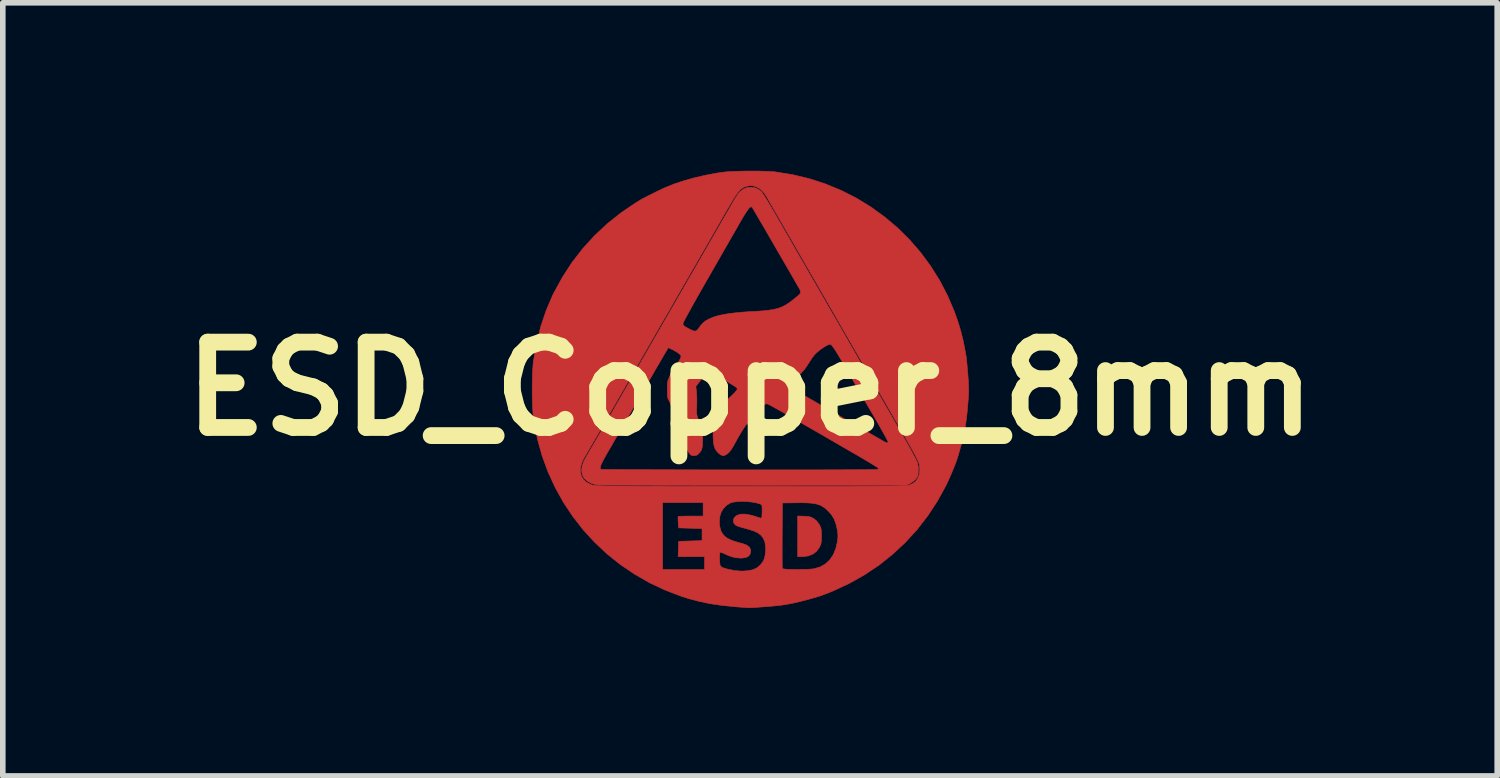
<source format=kicad_pcb>
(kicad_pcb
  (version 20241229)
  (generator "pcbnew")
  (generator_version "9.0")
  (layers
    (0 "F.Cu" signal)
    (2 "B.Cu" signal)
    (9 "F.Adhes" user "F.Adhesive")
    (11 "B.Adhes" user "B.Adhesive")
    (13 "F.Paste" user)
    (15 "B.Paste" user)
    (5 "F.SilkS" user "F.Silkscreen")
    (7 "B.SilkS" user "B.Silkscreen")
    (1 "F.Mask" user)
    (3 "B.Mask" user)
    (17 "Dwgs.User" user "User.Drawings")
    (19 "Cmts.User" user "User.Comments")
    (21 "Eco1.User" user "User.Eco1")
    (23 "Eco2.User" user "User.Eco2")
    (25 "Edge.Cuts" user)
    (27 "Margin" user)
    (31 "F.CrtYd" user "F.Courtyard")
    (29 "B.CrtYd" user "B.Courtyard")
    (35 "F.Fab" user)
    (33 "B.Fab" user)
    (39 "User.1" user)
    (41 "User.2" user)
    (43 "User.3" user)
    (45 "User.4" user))
  (footprint "ESD_Copper_8mm"
    (layer "F.Cu")
    (at 10.349 3.897)
    (property "Reference" "ESD_Copper_8mm" (at 0 0 0) (layer "F.SilkS") (effects (font (size 1.524 1.524) (thickness 0.3))))
    (attr through_hole)
    (fp_poly (pts (xy 0.963 2.275) (xy 1.021 2.279) (xy 1.062 2.284) (xy 1.095 2.295) (xy 1.128 2.312) (xy 1.138 2.318) (xy 1.191 2.36) (xy 1.231 2.414) (xy 1.238 2.426) (xy 1.255 2.459) (xy 1.266 2.488) (xy 1.272 2.52) (xy 1.275 2.562) (xy 1.276 2.621) (xy 1.276 2.629) (xy 1.275 2.692) (xy 1.272 2.736) (xy 1.266 2.77) (xy 1.255 2.8) (xy 1.241 2.828) (xy 1.191 2.899) (xy 1.124 2.951) (xy 1.041 2.984) (xy 0.942 2.997) (xy 0.924 2.997) (xy 0.851 2.997) (xy 0.851 2.271) (xy 0.963 2.275)) (stroke (width 0.01) (type solid)) (fill yes) (layer "F.Cu"))
    (fp_poly (pts (xy 0.128 -3.891) (xy 0.241 -3.888) (xy 0.341 -3.884) (xy 0.424 -3.879) (xy 0.451 -3.876) (xy 0.759 -3.827) (xy 1.06 -3.755) (xy 1.351 -3.66) (xy 1.632 -3.544) (xy 1.903 -3.406) (xy 2.161 -3.248) (xy 2.405 -3.071) (xy 2.636 -2.876) (xy 2.85 -2.664) (xy 3.049 -2.435) (xy 3.229 -2.19) (xy 3.391 -1.931) (xy 3.533 -1.657) (xy 3.654 -1.371) (xy 3.709 -1.215) (xy 3.764 -1.036) (xy 3.809 -0.854) (xy 3.847 -0.66) (xy 3.862 -0.572) (xy 3.866 -0.537) (xy 3.872 -0.482) (xy 3.878 -0.413) (xy 3.885 -0.334) (xy 3.892 -0.251) (xy 3.892 -0.25) (xy 3.9 -0.144) (xy 3.904 -0.056) (xy 3.906 0.021) (xy 3.904 0.095) (xy 3.899 0.172) (xy 3.899 0.175) (xy 3.888 0.31) (xy 3.878 0.425) (xy 3.866 0.525) (xy 3.854 0.617) (xy 3.839 0.705) (xy 3.828 0.763) (xy 3.816 0.824) (xy 3.803 0.882) (xy 3.788 0.941) (xy 3.771 1.008) (xy 3.748 1.087) (xy 3.721 1.182) (xy 3.706 1.232) (xy 3.689 1.283) (xy 3.663 1.352) (xy 3.631 1.432) (xy 3.596 1.516) (xy 3.559 1.6) (xy 3.524 1.677) (xy 3.502 1.724) (xy 3.349 2.002) (xy 3.177 2.265) (xy 2.986 2.512) (xy 2.777 2.741) (xy 2.55 2.953) (xy 2.307 3.147) (xy 2.047 3.321) (xy 1.772 3.476) (xy 1.483 3.61) (xy 1.396 3.646) (xy 1.339 3.667) (xy 1.287 3.687) (xy 1.246 3.701) (xy 1.231 3.706) (xy 1.055 3.757) (xy 0.899 3.798) (xy 0.758 3.83) (xy 0.628 3.854) (xy 0.546 3.866) (xy 0.506 3.871) (xy 0.448 3.876) (xy 0.378 3.883) (xy 0.301 3.889) (xy 0.223 3.895) (xy 0.146 3.901) (xy 0.078 3.905) (xy 0.023 3.908) (xy -0.015 3.91) (xy -0.025 3.91) (xy -0.053 3.908) (xy -0.101 3.905) (xy -0.163 3.9) (xy -0.233 3.895) (xy -0.276 3.891) (xy -0.505 3.868) (xy -0.716 3.837) (xy -0.916 3.795) (xy -1.11 3.743) (xy -1.226 3.706) (xy -1.519 3.594) (xy -1.801 3.461) (xy -2.068 3.307) (xy -2.321 3.135) (xy -2.558 2.945) (xy -2.779 2.737) (xy -2.983 2.514) (xy -3.168 2.276) (xy -3.33 2.032) (xy -1.562 2.032) (xy -1.562 3.226) (xy -0.813 3.226) (xy -0.813 2.997) (xy -1.284 2.997) (xy -1.276 2.724) (xy -0.857 2.711) (xy -0.857 2.496) (xy -1.276 2.483) (xy -1.283 2.383) (xy -1.284 2.362) (xy -0.548 2.362) (xy -0.543 2.449) (xy -0.523 2.527) (xy -0.513 2.551) (xy -0.485 2.597) (xy -0.451 2.635) (xy -0.405 2.668) (xy -0.346 2.698) (xy -0.27 2.726) (xy -0.173 2.754) (xy -0.118 2.769) (xy -0.058 2.792) (xy -0.014 2.826) (xy 0.01 2.868) (xy 0.013 2.891) (xy 0.004 2.946) (xy -0.023 2.986) (xy -0.07 3.011) (xy -0.137 3.022) (xy -0.165 3.023) (xy -0.25 3.017) (xy -0.332 2.998) (xy -0.418 2.964) (xy -0.443 2.952) (xy -0.485 2.933) (xy -0.518 2.922) (xy -0.536 2.92) (xy -0.537 2.92) (xy -0.541 2.936) (xy -0.543 2.972) (xy -0.544 3.02) (xy -0.543 3.049) (xy -0.541 3.106) (xy -0.536 3.145) (xy -0.524 3.17) (xy -0.5 3.188) (xy -0.461 3.203) (xy -0.402 3.22) (xy -0.399 3.22) (xy -0.271 3.247) (xy -0.145 3.256) (xy -0.027 3.248) (xy 0.057 3.229) (xy 0.127 3.195) (xy 0.189 3.142) (xy 0.237 3.076) (xy 0.259 3.023) (xy 0.273 2.955) (xy 0.279 2.878) (xy 0.278 2.847) (xy 0.574 2.847) (xy 0.574 2.948) (xy 0.574 3.037) (xy 0.575 3.11) (xy 0.575 3.165) (xy 0.576 3.199) (xy 0.577 3.21) (xy 0.592 3.215) (xy 0.627 3.22) (xy 0.678 3.223) (xy 0.742 3.225) (xy 0.814 3.226) (xy 0.889 3.226) (xy 0.963 3.225) (xy 1.032 3.223) (xy 1.09 3.219) (xy 1.135 3.215) (xy 1.144 3.213) (xy 1.253 3.181) (xy 1.346 3.128) (xy 1.424 3.056) (xy 1.486 2.965) (xy 1.532 2.855) (xy 1.556 2.752) (xy 1.566 2.691) (xy 1.57 2.645) (xy 1.57 2.604) (xy 1.565 2.557) (xy 1.558 2.514) (xy 1.535 2.412) (xy 1.504 2.329) (xy 1.461 2.256) (xy 1.403 2.189) (xy 1.398 2.184) (xy 1.35 2.139) (xy 1.301 2.104) (xy 1.248 2.076) (xy 1.188 2.057) (xy 1.117 2.044) (xy 1.031 2.037) (xy 0.926 2.034) (xy 0.819 2.035) (xy 0.578 2.038) (xy 0.575 2.616) (xy 0.574 2.735) (xy 0.574 2.847) (xy 0.278 2.847) (xy 0.276 2.803) (xy 0.266 2.737) (xy 0.258 2.715) (xy 0.231 2.659) (xy 0.193 2.613) (xy 0.142 2.574) (xy 0.074 2.541) (xy -0.014 2.512) (xy -0.079 2.494) (xy -0.139 2.478) (xy -0.193 2.462) (xy -0.234 2.447) (xy -0.252 2.438) (xy -0.286 2.405) (xy -0.299 2.364) (xy -0.292 2.322) (xy -0.265 2.283) (xy -0.229 2.257) (xy -0.162 2.238) (xy -0.08 2.238) (xy 0.02 2.257) (xy 0.076 2.273) (xy 0.128 2.29) (xy 0.17 2.303) (xy 0.197 2.31) (xy 0.204 2.311) (xy 0.209 2.3) (xy 0.213 2.268) (xy 0.215 2.222) (xy 0.216 2.19) (xy 0.216 2.134) (xy 0.214 2.098) (xy 0.21 2.077) (xy 0.201 2.066) (xy 0.187 2.058) (xy 0.181 2.056) (xy 0.113 2.036) (xy 0.031 2.022) (xy -0.057 2.013) (xy -0.147 2.01) (xy -0.231 2.014) (xy -0.303 2.024) (xy -0.349 2.037) (xy -0.42 2.08) (xy -0.48 2.143) (xy -0.516 2.203) (xy -0.539 2.277) (xy -0.548 2.362) (xy -1.284 2.362) (xy -1.285 2.336) (xy -1.286 2.299) (xy -1.284 2.28) (xy -1.284 2.279) (xy -1.27 2.277) (xy -1.235 2.275) (xy -1.183 2.274) (xy -1.118 2.273) (xy -1.058 2.273) (xy -0.838 2.273) (xy -0.838 2.032) (xy -1.562 2.032) (xy -3.33 2.032) (xy -3.335 2.024) (xy -3.482 1.759) (xy -3.609 1.483) (xy -3.612 1.474) (xy -3.031 1.474) (xy -3.015 1.551) (xy -2.977 1.617) (xy -2.919 1.671) (xy -2.841 1.709) (xy -2.83 1.713) (xy -2.82 1.716) (xy -2.81 1.719) (xy -2.798 1.721) (xy -2.784 1.723) (xy -2.766 1.725) (xy -2.743 1.727) (xy -2.715 1.729) (xy -2.679 1.73) (xy -2.636 1.732) (xy -2.584 1.733) (xy -2.522 1.734) (xy -2.449 1.735) (xy -2.365 1.736) (xy -2.267 1.736) (xy -2.155 1.737) (xy -2.029 1.737) (xy -1.886 1.738) (xy -1.727 1.738) (xy -1.549 1.738) (xy -1.353 1.739) (xy -1.136 1.739) (xy -0.898 1.739) (xy -0.638 1.739) (xy -0.355 1.739) (xy -0.048 1.739) (xy 0.015 1.739) (xy 0.33 1.739) (xy 0.62 1.739) (xy 0.886 1.739) (xy 1.13 1.739) (xy 1.353 1.739) (xy 1.555 1.739) (xy 1.738 1.739) (xy 1.902 1.738) (xy 2.049 1.738) (xy 2.18 1.737) (xy 2.295 1.737) (xy 2.396 1.736) (xy 2.484 1.735) (xy 2.559 1.734) (xy 2.622 1.733) (xy 2.675 1.732) (xy 2.719 1.731) (xy 2.755 1.729) (xy 2.783 1.728) (xy 2.804 1.726) (xy 2.82 1.724) (xy 2.832 1.722) (xy 2.84 1.72) (xy 2.91 1.689) (xy 2.96 1.649) (xy 2.996 1.6) (xy 3.024 1.526) (xy 3.032 1.44) (xy 3.023 1.352) (xy 3.019 1.337) (xy 3.014 1.32) (xy 3.006 1.3) (xy 2.995 1.276) (xy 2.98 1.245) (xy 2.961 1.207) (xy 2.936 1.16) (xy 2.905 1.103) (xy 2.867 1.035) (xy 2.821 0.954) (xy 2.767 0.858) (xy 2.704 0.748) (xy 2.63 0.62) (xy 2.546 0.474) (xy 2.451 0.309) (xy 2.372 0.171) (xy 2.286 0.023) (xy 2.19 -0.144) (xy 2.085 -0.327) (xy 1.972 -0.522) (xy 1.854 -0.727) (xy 1.732 -0.938) (xy 1.608 -1.153) (xy 1.53 -1.289) (xy 1.466 -1.401) (xy 1.391 -1.531) (xy 1.307 -1.676) (xy 1.217 -1.834) (xy 1.121 -1.999) (xy 1.023 -2.169) (xy 0.924 -2.341) (xy 0.826 -2.511) (xy 0.732 -2.675) (xy 0.642 -2.83) (xy 0.568 -2.959) (xy 0.522 -3.039) (xy 0.478 -3.115) (xy 0.439 -3.182) (xy 0.407 -3.237) (xy 0.384 -3.277) (xy 0.373 -3.296) (xy 0.351 -3.335) (xy 0.323 -3.384) (xy 0.302 -3.422) (xy 0.244 -3.51) (xy 0.181 -3.572) (xy 0.11 -3.61) (xy 0.107 -3.611) (xy 0.048 -3.628) (xy -0.003 -3.63) (xy -0.057 -3.619) (xy -0.08 -3.612) (xy -0.112 -3.6) (xy -0.141 -3.583) (xy -0.17 -3.561) (xy -0.199 -3.531) (xy -0.232 -3.49) (xy -0.269 -3.436) (xy -0.312 -3.367) (xy -0.363 -3.28) (xy -0.425 -3.174) (xy -0.435 -3.156) (xy -0.53 -2.991) (xy -0.613 -2.845) (xy -0.688 -2.715) (xy -0.754 -2.599) (xy -0.815 -2.494) (xy -0.871 -2.397) (xy -0.924 -2.304) (xy -0.976 -2.214) (xy -1.023 -2.134) (xy -1.055 -2.078) (xy -1.098 -2.002) (xy -1.152 -1.909) (xy -1.216 -1.799) (xy -1.287 -1.675) (xy -1.366 -1.538) (xy -1.45 -1.391) (xy -1.54 -1.236) (xy -1.633 -1.075) (xy -1.728 -0.909) (xy -1.825 -0.741) (xy -1.922 -0.572) (xy -2.019 -0.404) (xy -2.113 -0.24) (xy -2.205 -0.081) (xy -2.292 0.071) (xy -2.374 0.213) (xy -2.449 0.344) (xy -2.517 0.462) (xy -2.576 0.565) (xy -2.626 0.651) (xy -2.638 0.673) (xy -2.693 0.768) (xy -2.746 0.86) (xy -2.795 0.945) (xy -2.84 1.021) (xy -2.876 1.084) (xy -2.904 1.13) (xy -2.916 1.151) (xy -2.946 1.202) (xy -2.974 1.253) (xy -2.994 1.293) (xy -2.996 1.298) (xy -3.025 1.389) (xy -3.031 1.474) (xy -3.612 1.474) (xy -3.714 1.196) (xy -3.797 0.899) (xy -3.856 0.594) (xy -3.876 0.451) (xy -3.882 0.376) (xy -3.887 0.282) (xy -3.89 0.174) (xy -3.891 0.058) (xy -3.891 -0.062) (xy -3.889 -0.18) (xy -3.885 -0.291) (xy -3.879 -0.389) (xy -3.873 -0.469) (xy -3.869 -0.495) (xy -3.814 -0.811) (xy -3.739 -1.112) (xy -3.642 -1.4) (xy -3.525 -1.674) (xy -3.506 -1.712) (xy -3.353 -1.992) (xy -3.181 -2.257) (xy -2.989 -2.505) (xy -2.778 -2.737) (xy -2.548 -2.952) (xy -2.3 -3.149) (xy -2.034 -3.329) (xy -1.975 -3.365) (xy -1.934 -3.388) (xy -1.876 -3.419) (xy -1.806 -3.455) (xy -1.73 -3.493) (xy -1.654 -3.531) (xy -1.583 -3.565) (xy -1.524 -3.592) (xy -1.518 -3.595) (xy -1.361 -3.658) (xy -1.185 -3.717) (xy -0.996 -3.77) (xy -0.798 -3.816) (xy -0.598 -3.854) (xy -0.495 -3.869) (xy -0.424 -3.877) (xy -0.332 -3.883) (xy -0.226 -3.887) (xy -0.11 -3.89) (xy 0.01 -3.891) (xy 0.128 -3.891)) (stroke (width 0.01) (type solid)) (fill yes) (layer "F.Cu"))
    (fp_poly (pts (xy 0.1 -3.59) (xy 0.167 -3.555) (xy 0.215 -3.51) (xy 0.231 -3.487) (xy 0.258 -3.445) (xy 0.293 -3.388) (xy 0.336 -3.317) (xy 0.384 -3.235) (xy 0.436 -3.147) (xy 0.475 -3.08) (xy 0.539 -2.968) (xy 0.612 -2.841) (xy 0.69 -2.706) (xy 0.768 -2.57) (xy 0.843 -2.439) (xy 0.911 -2.322) (xy 0.921 -2.305) (xy 0.986 -2.192) (xy 1.058 -2.066) (xy 1.134 -1.934) (xy 1.21 -1.803) (xy 1.281 -1.679) (xy 1.345 -1.569) (xy 1.356 -1.549) (xy 1.418 -1.442) (xy 1.488 -1.32) (xy 1.564 -1.189) (xy 1.64 -1.057) (xy 1.713 -0.93) (xy 1.779 -0.814) (xy 1.788 -0.8) (xy 1.853 -0.687) (xy 1.926 -0.559) (xy 2.005 -0.423) (xy 2.084 -0.286) (xy 2.16 -0.154) (xy 2.228 -0.035) (xy 2.241 -0.013) (xy 2.306 0.099) (xy 2.379 0.226) (xy 2.457 0.363) (xy 2.538 0.502) (xy 2.616 0.638) (xy 2.688 0.764) (xy 2.721 0.82) (xy 2.777 0.918) (xy 2.83 1.012) (xy 2.878 1.098) (xy 2.919 1.175) (xy 2.953 1.238) (xy 2.977 1.286) (xy 2.99 1.315) (xy 2.991 1.318) (xy 3.007 1.395) (xy 3.008 1.472) (xy 3.003 1.524) (xy 2.995 1.56) (xy 2.979 1.589) (xy 2.965 1.607) (xy 2.931 1.641) (xy 2.886 1.674) (xy 2.864 1.687) (xy 2.8 1.721) (xy 0.057 1.723) (xy -0.206 1.723) (xy -0.462 1.723) (xy -0.712 1.723) (xy -0.952 1.723) (xy -1.183 1.722) (xy -1.402 1.722) (xy -1.609 1.722) (xy -1.803 1.721) (xy -1.982 1.721) (xy -2.145 1.72) (xy -2.292 1.719) (xy -2.42 1.719) (xy -2.528 1.718) (xy -2.616 1.717) (xy -2.683 1.716) (xy -2.726 1.715) (xy -2.745 1.714) (xy -2.745 1.714) (xy -2.822 1.693) (xy -2.893 1.657) (xy -2.95 1.611) (xy -2.963 1.597) (xy -2.997 1.536) (xy -3.009 1.463) (xy -3.005 1.419) (xy -2.676 1.419) (xy -2.668 1.435) (xy -2.665 1.436) (xy -2.651 1.438) (xy -2.613 1.439) (xy -2.552 1.44) (xy -2.471 1.44) (xy -2.37 1.441) (xy -2.252 1.442) (xy -2.116 1.443) (xy -1.966 1.444) (xy -1.803 1.444) (xy -1.627 1.445) (xy -1.442 1.445) (xy -1.247 1.446) (xy -1.045 1.446) (xy -0.836 1.447) (xy -0.624 1.447) (xy -0.408 1.447) (xy -0.191 1.447) (xy 0.026 1.447) (xy 0.241 1.447) (xy 0.454 1.447) (xy 0.662 1.447) (xy 0.863 1.447) (xy 1.058 1.447) (xy 1.243 1.447) (xy 1.418 1.446) (xy 1.581 1.446) (xy 1.73 1.445) (xy 1.864 1.445) (xy 1.982 1.444) (xy 2.082 1.443) (xy 2.162 1.442) (xy 2.221 1.442) (xy 2.258 1.441) (xy 2.271 1.44) (xy 2.291 1.429) (xy 2.295 1.418) (xy 2.283 1.408) (xy 2.252 1.388) (xy 2.204 1.358) (xy 2.14 1.319) (xy 2.065 1.274) (xy 1.98 1.224) (xy 1.887 1.169) (xy 1.872 1.161) (xy 1.657 1.037) (xy 1.463 0.924) (xy 1.289 0.823) (xy 1.133 0.733) (xy 0.995 0.654) (xy 0.874 0.584) (xy 0.768 0.522) (xy 0.676 0.47) (xy 0.598 0.425) (xy 0.531 0.387) (xy 0.476 0.356) (xy 0.431 0.331) (xy 0.394 0.311) (xy 0.366 0.295) (xy 0.344 0.284) (xy 0.328 0.276) (xy 0.316 0.271) (xy 0.307 0.268) (xy 0.301 0.267) (xy 0.297 0.267) (xy 0.297 0.267) (xy 0.261 0.277) (xy 0.216 0.308) (xy 0.162 0.356) (xy 0.102 0.419) (xy 0.039 0.495) (xy -0.027 0.581) (xy -0.093 0.674) (xy -0.157 0.773) (xy -0.217 0.875) (xy -0.235 0.908) (xy -0.266 0.965) (xy -0.288 1.005) (xy -0.304 1.034) (xy -0.318 1.056) (xy -0.332 1.078) (xy -0.343 1.094) (xy -0.378 1.136) (xy -0.418 1.17) (xy -0.458 1.19) (xy -0.477 1.194) (xy -0.515 1.183) (xy -0.556 1.155) (xy -0.595 1.115) (xy -0.624 1.07) (xy -0.643 1.014) (xy -0.655 0.939) (xy -0.66 0.851) (xy -0.658 0.755) (xy -0.651 0.658) (xy -0.637 0.565) (xy -0.617 0.482) (xy -0.601 0.437) (xy -0.587 0.405) (xy -0.571 0.375) (xy -0.55 0.345) (xy -0.522 0.311) (xy -0.484 0.27) (xy -0.433 0.221) (xy -0.368 0.159) (xy -0.319 0.113) (xy -0.279 0.073) (xy -0.249 0.038) (xy -0.231 0.013) (xy -0.229 0.005) (xy -0.229 -0.004) (xy -0.232 -0.012) (xy -0.241 -0.021) (xy -0.256 -0.034) (xy -0.282 -0.052) (xy -0.308 -0.068) (xy 0.677 -0.068) (xy 0.677 -0.058) (xy 0.692 -0.043) (xy 0.722 -0.021) (xy 0.752 -0.005) (xy 0.798 0.019) (xy 0.843 0.045) (xy 0.863 0.057) (xy 0.885 0.07) (xy 0.925 0.094) (xy 0.982 0.127) (xy 1.052 0.167) (xy 1.133 0.214) (xy 1.221 0.265) (xy 1.295 0.307) (xy 1.422 0.38) (xy 1.551 0.455) (xy 1.68 0.529) (xy 1.806 0.601) (xy 1.926 0.671) (xy 2.038 0.735) (xy 2.139 0.794) (xy 2.226 0.844) (xy 2.297 0.885) (xy 2.348 0.915) (xy 2.349 0.916) (xy 2.4 0.944) (xy 2.434 0.96) (xy 2.455 0.964) (xy 2.467 0.957) (xy 2.469 0.954) (xy 2.465 0.941) (xy 2.448 0.908) (xy 2.422 0.858) (xy 2.386 0.794) (xy 2.343 0.717) (xy 2.294 0.63) (xy 2.239 0.535) (xy 2.215 0.494) (xy 2.155 0.391) (xy 2.097 0.292) (xy 2.043 0.198) (xy 1.994 0.113) (xy 1.951 0.04) (xy 1.918 -0.017) (xy 1.895 -0.057) (xy 1.891 -0.064) (xy 1.805 -0.214) (xy 1.73 -0.343) (xy 1.666 -0.454) (xy 1.611 -0.546) (xy 1.566 -0.621) (xy 1.529 -0.681) (xy 1.498 -0.727) (xy 1.475 -0.76) (xy 1.457 -0.782) (xy 1.443 -0.794) (xy 1.435 -0.797) (xy 1.403 -0.791) (xy 1.355 -0.767) (xy 1.314 -0.742) (xy 1.242 -0.691) (xy 1.186 -0.644) (xy 1.141 -0.596) (xy 1.1 -0.541) (xy 1.096 -0.533) (xy 1.062 -0.482) (xy 1.026 -0.426) (xy 1.006 -0.395) (xy 0.978 -0.356) (xy 0.941 -0.312) (xy 0.898 -0.266) (xy 0.855 -0.223) (xy 0.815 -0.187) (xy 0.783 -0.162) (xy 0.762 -0.152) (xy 0.762 -0.152) (xy 0.738 -0.143) (xy 0.712 -0.121) (xy 0.689 -0.094) (xy 0.677 -0.068) (xy -0.308 -0.068) (xy -0.32 -0.076) (xy -0.372 -0.108) (xy -0.442 -0.151) (xy -0.517 -0.196) (xy -0.583 -0.234) (xy -0.642 -0.268) (xy -0.692 -0.294) (xy -0.727 -0.31) (xy -0.745 -0.315) (xy -0.745 -0.315) (xy -0.765 -0.303) (xy -0.791 -0.276) (xy -0.806 -0.257) (xy -0.834 -0.22) (xy -0.869 -0.172) (xy -0.905 -0.125) (xy -0.906 -0.124) (xy -0.968 -0.044) (xy -0.958 0.038) (xy -0.952 0.111) (xy -0.95 0.194) (xy -0.951 0.293) (xy -0.954 0.375) (xy -0.955 0.416) (xy -0.952 0.451) (xy -0.944 0.487) (xy -0.929 0.53) (xy -0.905 0.589) (xy -0.902 0.597) (xy -0.878 0.656) (xy -0.862 0.701) (xy -0.852 0.739) (xy -0.847 0.78) (xy -0.846 0.831) (xy -0.845 0.87) (xy -0.846 0.952) (xy -0.85 1.014) (xy -0.858 1.06) (xy -0.871 1.097) (xy -0.89 1.127) (xy -0.907 1.147) (xy -0.938 1.177) (xy -0.966 1.19) (xy -1.001 1.194) (xy -1.039 1.19) (xy -1.065 1.175) (xy -1.083 1.153) (xy -1.105 1.119) (xy -1.12 1.09) (xy -1.121 1.086) (xy -1.128 1.064) (xy -1.142 1.024) (xy -1.16 0.973) (xy -1.175 0.933) (xy -1.196 0.874) (xy -1.216 0.816) (xy -1.231 0.769) (xy -1.238 0.749) (xy -1.253 0.705) (xy -1.27 0.664) (xy -1.275 0.654) (xy -1.289 0.624) (xy -1.295 0.602) (xy -1.295 0.601) (xy -1.3 0.583) (xy -1.312 0.547) (xy -1.329 0.501) (xy -1.348 0.45) (xy -1.368 0.401) (xy -1.385 0.36) (xy -1.39 0.349) (xy -1.406 0.312) (xy -1.416 0.279) (xy -1.429 0.247) (xy -1.448 0.209) (xy -1.451 0.203) (xy -1.463 0.18) (xy -1.471 0.153) (xy -1.476 0.118) (xy -1.478 0.068) (xy -1.478 0.013) (xy -1.478 -0.053) (xy -1.475 -0.1) (xy -1.47 -0.135) (xy -1.461 -0.166) (xy -1.447 -0.198) (xy -1.444 -0.204) (xy -1.426 -0.243) (xy -1.414 -0.273) (xy -1.41 -0.285) (xy -1.402 -0.299) (xy -1.383 -0.326) (xy -1.367 -0.347) (xy -1.334 -0.391) (xy -1.301 -0.441) (xy -1.264 -0.505) (xy -1.249 -0.533) (xy -1.236 -0.565) (xy -1.232 -0.587) (xy -1.243 -0.607) (xy -1.274 -0.635) (xy -1.32 -0.665) (xy -1.377 -0.697) (xy -1.4 -0.708) (xy -1.46 -0.736) (xy -1.548 -0.587) (xy -1.579 -0.534) (xy -1.621 -0.461) (xy -1.674 -0.371) (xy -1.735 -0.265) (xy -1.803 -0.148) (xy -1.877 -0.02) (xy -1.956 0.116) (xy -2.037 0.258) (xy -2.121 0.402) (xy -2.205 0.548) (xy -2.287 0.691) (xy -2.34 0.783) (xy -2.382 0.854) (xy -2.431 0.939) (xy -2.482 1.029) (xy -2.532 1.113) (xy -2.55 1.145) (xy -2.6 1.233) (xy -2.637 1.303) (xy -2.662 1.355) (xy -2.674 1.394) (xy -2.676 1.419) (xy -3.005 1.419) (xy -3.001 1.382) (xy -2.971 1.293) (xy -2.921 1.201) (xy -2.921 1.2) (xy -2.899 1.165) (xy -2.865 1.107) (xy -2.819 1.028) (xy -2.76 0.927) (xy -2.69 0.805) (xy -2.607 0.662) (xy -2.513 0.498) (xy -2.463 0.41) (xy -2.45 0.389) (xy -2.427 0.348) (xy -2.395 0.293) (xy -2.356 0.225) (xy -2.312 0.149) (xy -2.266 0.067) (xy -2.222 -0.008) (xy -2.168 -0.102) (xy -2.106 -0.21) (xy -2.038 -0.328) (xy -1.967 -0.452) (xy -1.894 -0.578) (xy -1.823 -0.702) (xy -1.781 -0.775) (xy -1.713 -0.893) (xy -1.644 -1.013) (xy -1.576 -1.131) (xy -1.553 -1.171) (xy -1.197 -1.171) (xy -1.195 -1.151) (xy -1.188 -1.135) (xy -1.17 -1.119) (xy -1.138 -1.099) (xy -1.092 -1.073) (xy -1.036 -1.046) (xy -0.996 -1.032) (xy -0.967 -1.034) (xy -0.942 -1.05) (xy -0.918 -1.081) (xy -0.876 -1.138) (xy -0.835 -1.182) (xy -0.791 -1.217) (xy -0.736 -1.247) (xy -0.665 -1.277) (xy -0.622 -1.292) (xy -0.557 -1.311) (xy -0.469 -1.329) (xy -0.365 -1.346) (xy -0.246 -1.36) (xy -0.118 -1.372) (xy 0.015 -1.381) (xy 0.076 -1.384) (xy 0.209 -1.392) (xy 0.322 -1.403) (xy 0.417 -1.418) (xy 0.5 -1.438) (xy 0.573 -1.465) (xy 0.641 -1.5) (xy 0.709 -1.545) (xy 0.771 -1.593) (xy 0.829 -1.64) (xy 0.869 -1.674) (xy 0.894 -1.701) (xy 0.904 -1.725) (xy 0.9 -1.751) (xy 0.886 -1.783) (xy 0.861 -1.826) (xy 0.85 -1.844) (xy 0.782 -1.963) (xy 0.711 -2.087) (xy 0.638 -2.213) (xy 0.564 -2.34) (xy 0.491 -2.466) (xy 0.42 -2.589) (xy 0.351 -2.708) (xy 0.287 -2.819) (xy 0.227 -2.922) (xy 0.173 -3.013) (xy 0.127 -3.092) (xy 0.089 -3.157) (xy 0.061 -3.205) (xy 0.043 -3.235) (xy 0.037 -3.244) (xy 0.024 -3.252) (xy 0.008 -3.249) (xy -0.012 -3.233) (xy -0.038 -3.202) (xy -0.071 -3.154) (xy -0.112 -3.089) (xy -0.162 -3.004) (xy -0.193 -2.951) (xy -0.227 -2.89) (xy -0.273 -2.81) (xy -0.329 -2.713) (xy -0.392 -2.603) (xy -0.461 -2.483) (xy -0.535 -2.354) (xy -0.611 -2.22) (xy -0.689 -2.085) (xy -0.767 -1.949) (xy -0.774 -1.937) (xy -0.846 -1.811) (xy -0.914 -1.691) (xy -0.978 -1.578) (xy -1.035 -1.476) (xy -1.085 -1.385) (xy -1.127 -1.308) (xy -1.161 -1.246) (xy -1.184 -1.201) (xy -1.195 -1.175) (xy -1.197 -1.171) (xy -1.553 -1.171) (xy -1.51 -1.245) (xy -1.45 -1.35) (xy -1.397 -1.442) (xy -1.352 -1.519) (xy -1.327 -1.562) (xy -1.279 -1.646) (xy -1.222 -1.745) (xy -1.16 -1.852) (xy -1.098 -1.961) (xy -1.038 -2.064) (xy -1.009 -2.115) (xy -0.955 -2.208) (xy -0.892 -2.317) (xy -0.824 -2.436) (xy -0.754 -2.557) (xy -0.687 -2.674) (xy -0.625 -2.781) (xy -0.625 -2.781) (xy -0.569 -2.878) (xy -0.513 -2.977) (xy -0.458 -3.072) (xy -0.407 -3.16) (xy -0.363 -3.236) (xy -0.329 -3.296) (xy -0.321 -3.311) (xy -0.284 -3.374) (xy -0.248 -3.431) (xy -0.216 -3.479) (xy -0.192 -3.512) (xy -0.185 -3.519) (xy -0.121 -3.569) (xy -0.049 -3.598) (xy 0.026 -3.604) (xy 0.1 -3.59)) (stroke (width 0.01) (type solid)) (fill yes) (layer "F.Cu"))
    (fp_poly (pts (xy 0.964 2.275) (xy 1.022 2.279) (xy 1.063 2.285) (xy 1.095 2.295) (xy 1.128 2.312) (xy 1.138 2.318) (xy 1.191 2.36) (xy 1.232 2.415) (xy 1.239 2.426) (xy 1.256 2.46) (xy 1.267 2.489) (xy 1.273 2.52) (xy 1.276 2.562) (xy 1.276 2.621) (xy 1.276 2.629) (xy 1.275 2.692) (xy 1.273 2.736) (xy 1.266 2.77) (xy 1.255 2.8) (xy 1.242 2.828) (xy 1.192 2.899) (xy 1.125 2.951) (xy 1.042 2.984) (xy 0.942 2.997) (xy 0.925 2.997) (xy 0.852 2.997) (xy 0.852 2.271) (xy 0.964 2.275)) (stroke (width 0.01) (type solid)) (fill yes) (layer "F.Mask"))
    (fp_poly (pts (xy 0.127 -3.892) (xy 0.239 -3.89) (xy 0.339 -3.886) (xy 0.422 -3.88) (xy 0.45 -3.877) (xy 0.758 -3.829) (xy 1.058 -3.756) (xy 1.35 -3.662) (xy 1.631 -3.545) (xy 1.901 -3.407) (xy 2.159 -3.249) (xy 2.404 -3.073) (xy 2.634 -2.878) (xy 2.849 -2.665) (xy 3.047 -2.436) (xy 3.228 -2.191) (xy 3.39 -1.932) (xy 3.532 -1.659) (xy 3.653 -1.372) (xy 3.708 -1.217) (xy 3.762 -1.038) (xy 3.808 -0.855) (xy 3.846 -0.661) (xy 3.86 -0.573) (xy 3.865 -0.538) (xy 3.871 -0.483) (xy 3.877 -0.414) (xy 3.884 -0.335) (xy 3.891 -0.253) (xy 3.891 -0.252) (xy 3.899 -0.145) (xy 3.903 -0.057) (xy 3.904 0.02) (xy 3.903 0.094) (xy 3.898 0.17) (xy 3.898 0.174) (xy 3.887 0.309) (xy 3.876 0.423) (xy 3.865 0.524) (xy 3.852 0.616) (xy 3.838 0.704) (xy 3.827 0.762) (xy 3.814 0.823) (xy 3.802 0.881) (xy 3.787 0.94) (xy 3.769 1.007) (xy 3.747 1.085) (xy 3.719 1.181) (xy 3.705 1.231) (xy 3.688 1.282) (xy 3.662 1.351) (xy 3.63 1.43) (xy 3.595 1.515) (xy 3.558 1.599) (xy 3.523 1.675) (xy 3.5 1.723) (xy 3.348 2.001) (xy 3.176 2.264) (xy 2.985 2.51) (xy 2.776 2.74) (xy 2.549 2.952) (xy 2.305 3.146) (xy 2.046 3.32) (xy 1.771 3.475) (xy 1.482 3.609) (xy 1.395 3.644) (xy 1.338 3.666) (xy 1.286 3.686) (xy 1.245 3.7) (xy 1.23 3.705) (xy 1.054 3.755) (xy 0.897 3.796) (xy 0.756 3.828) (xy 0.627 3.853) (xy 0.545 3.865) (xy 0.504 3.87) (xy 0.447 3.875) (xy 0.377 3.881) (xy 0.3 3.888) (xy 0.221 3.894) (xy 0.145 3.899) (xy 0.077 3.904) (xy 0.022 3.907) (xy -0.016 3.909) (xy -0.026 3.909) (xy -0.054 3.907) (xy -0.102 3.904) (xy -0.164 3.899) (xy -0.235 3.894) (xy -0.277 3.89) (xy -0.507 3.867) (xy -0.718 3.835) (xy -0.917 3.794) (xy -1.111 3.742) (xy -1.227 3.705) (xy -1.521 3.593) (xy -1.802 3.459) (xy -2.069 3.306) (xy -2.322 3.134) (xy -2.559 2.943) (xy -2.78 2.736) (xy -2.984 2.513) (xy -3.17 2.275) (xy -3.331 2.031) (xy -1.563 2.031) (xy -1.563 3.225) (xy -0.814 3.225) (xy -0.814 2.996) (xy -1.285 2.996) (xy -1.278 2.723) (xy -0.859 2.71) (xy -0.859 2.494) (xy -1.278 2.482) (xy -1.284 2.382) (xy -1.285 2.361) (xy -0.55 2.361) (xy -0.544 2.447) (xy -0.525 2.526) (xy -0.514 2.55) (xy -0.487 2.595) (xy -0.452 2.634) (xy -0.407 2.667) (xy -0.348 2.696) (xy -0.271 2.725) (xy -0.174 2.753) (xy -0.119 2.767) (xy -0.059 2.791) (xy -0.015 2.825) (xy 0.008 2.867) (xy 0.011 2.89) (xy 0.003 2.945) (xy -0.025 2.984) (xy -0.071 3.009) (xy -0.138 3.021) (xy -0.166 3.021) (xy -0.252 3.016) (xy -0.333 2.997) (xy -0.419 2.963) (xy -0.445 2.951) (xy -0.486 2.932) (xy -0.52 2.921) (xy -0.537 2.918) (xy -0.538 2.919) (xy -0.542 2.935) (xy -0.545 2.97) (xy -0.545 3.019) (xy -0.545 3.048) (xy -0.543 3.105) (xy -0.538 3.143) (xy -0.525 3.169) (xy -0.502 3.187) (xy -0.462 3.202) (xy -0.403 3.218) (xy -0.401 3.219) (xy -0.272 3.245) (xy -0.146 3.255) (xy -0.028 3.246) (xy 0.056 3.227) (xy 0.126 3.193) (xy 0.188 3.14) (xy 0.235 3.075) (xy 0.258 3.022) (xy 0.272 2.954) (xy 0.277 2.877) (xy 0.276 2.846) (xy 0.572 2.846) (xy 0.572 2.947) (xy 0.573 3.035) (xy 0.573 3.108) (xy 0.574 3.163) (xy 0.575 3.198) (xy 0.576 3.209) (xy 0.59 3.214) (xy 0.625 3.218) (xy 0.677 3.222) (xy 0.741 3.224) (xy 0.813 3.225) (xy 0.888 3.225) (xy 0.962 3.224) (xy 1.03 3.221) (xy 1.089 3.218) (xy 1.133 3.213) (xy 1.143 3.212) (xy 1.251 3.179) (xy 1.345 3.127) (xy 1.423 3.055) (xy 1.485 2.963) (xy 1.531 2.854) (xy 1.555 2.751) (xy 1.565 2.69) (xy 1.569 2.644) (xy 1.569 2.602) (xy 1.563 2.556) (xy 1.556 2.513) (xy 1.534 2.411) (xy 1.503 2.327) (xy 1.46 2.255) (xy 1.402 2.187) (xy 1.397 2.183) (xy 1.348 2.138) (xy 1.3 2.102) (xy 1.247 2.075) (xy 1.187 2.056) (xy 1.116 2.043) (xy 1.029 2.035) (xy 0.925 2.033) (xy 0.818 2.033) (xy 0.577 2.037) (xy 0.573 2.615) (xy 0.573 2.734) (xy 0.572 2.846) (xy 0.276 2.846) (xy 0.275 2.801) (xy 0.264 2.736) (xy 0.257 2.714) (xy 0.23 2.658) (xy 0.192 2.612) (xy 0.141 2.573) (xy 0.073 2.54) (xy -0.015 2.511) (xy -0.081 2.493) (xy -0.14 2.477) (xy -0.194 2.46) (xy -0.235 2.445) (xy -0.253 2.437) (xy -0.287 2.404) (xy -0.301 2.363) (xy -0.293 2.321) (xy -0.266 2.282) (xy -0.23 2.256) (xy -0.164 2.237) (xy -0.081 2.237) (xy 0.018 2.255) (xy 0.075 2.272) (xy 0.126 2.288) (xy 0.169 2.301) (xy 0.196 2.309) (xy 0.203 2.31) (xy 0.208 2.298) (xy 0.212 2.267) (xy 0.214 2.221) (xy 0.215 2.189) (xy 0.214 2.133) (xy 0.213 2.097) (xy 0.208 2.076) (xy 0.2 2.064) (xy 0.185 2.057) (xy 0.18 2.055) (xy 0.112 2.035) (xy 0.03 2.02) (xy -0.059 2.012) (xy -0.149 2.009) (xy -0.232 2.012) (xy -0.304 2.022) (xy -0.351 2.036) (xy -0.421 2.079) (xy -0.481 2.142) (xy -0.517 2.202) (xy -0.541 2.276) (xy -0.55 2.361) (xy -1.285 2.361) (xy -1.286 2.335) (xy -1.287 2.298) (xy -1.286 2.279) (xy -1.285 2.277) (xy -1.271 2.276) (xy -1.236 2.274) (xy -1.184 2.273) (xy -1.12 2.272) (xy -1.06 2.272) (xy -0.839 2.272) (xy -0.839 2.031) (xy -1.563 2.031) (xy -3.331 2.031) (xy -3.337 2.023) (xy -3.484 1.758) (xy -3.61 1.482) (xy -3.613 1.473) (xy -3.032 1.473) (xy -3.016 1.55) (xy -2.978 1.616) (xy -2.92 1.669) (xy -2.842 1.708) (xy -2.831 1.712) (xy -2.821 1.715) (xy -2.811 1.717) (xy -2.8 1.72) (xy -2.785 1.722) (xy -2.767 1.724) (xy -2.744 1.726) (xy -2.716 1.728) (xy -2.68 1.729) (xy -2.637 1.73) (xy -2.585 1.732) (xy -2.523 1.733) (xy -2.451 1.734) (xy -2.366 1.734) (xy -2.268 1.735) (xy -2.157 1.736) (xy -2.03 1.736) (xy -1.888 1.736) (xy -1.728 1.737) (xy -1.551 1.737) (xy -1.354 1.737) (xy -1.137 1.737) (xy -0.9 1.738) (xy -0.64 1.738) (xy -0.357 1.738) (xy -0.049 1.738) (xy 0.014 1.738) (xy 0.328 1.738) (xy 0.618 1.738) (xy 0.885 1.738) (xy 1.129 1.738) (xy 1.351 1.738) (xy 1.554 1.738) (xy 1.737 1.737) (xy 1.901 1.737) (xy 2.048 1.737) (xy 2.179 1.736) (xy 2.294 1.736) (xy 2.395 1.735) (xy 2.482 1.734) (xy 2.557 1.733) (xy 2.621 1.732) (xy 2.674 1.731) (xy 2.718 1.73) (xy 2.753 1.728) (xy 2.781 1.726) (xy 2.803 1.725) (xy 2.819 1.723) (xy 2.831 1.721) (xy 2.839 1.718) (xy 2.908 1.688) (xy 2.959 1.648) (xy 2.995 1.598) (xy 3.022 1.525) (xy 3.031 1.438) (xy 3.021 1.351) (xy 3.018 1.336) (xy 3.012 1.319) (xy 3.005 1.299) (xy 2.994 1.274) (xy 2.979 1.243) (xy 2.96 1.205) (xy 2.935 1.159) (xy 2.904 1.102) (xy 2.865 1.033) (xy 2.82 0.952) (xy 2.766 0.857) (xy 2.702 0.746) (xy 2.629 0.619) (xy 2.545 0.473) (xy 2.45 0.308) (xy 2.371 0.17) (xy 2.285 0.022) (xy 2.189 -0.145) (xy 2.083 -0.328) (xy 1.971 -0.523) (xy 1.853 -0.728) (xy 1.731 -0.94) (xy 1.607 -1.155) (xy 1.529 -1.29) (xy 1.465 -1.402) (xy 1.39 -1.532) (xy 1.306 -1.678) (xy 1.215 -1.835) (xy 1.12 -2) (xy 1.022 -2.171) (xy 0.923 -2.342) (xy 0.825 -2.512) (xy 0.73 -2.676) (xy 0.641 -2.831) (xy 0.567 -2.96) (xy 0.52 -3.041) (xy 0.477 -3.116) (xy 0.438 -3.183) (xy 0.406 -3.239) (xy 0.383 -3.279) (xy 0.372 -3.297) (xy 0.349 -3.336) (xy 0.322 -3.385) (xy 0.3 -3.424) (xy 0.243 -3.511) (xy 0.179 -3.573) (xy 0.109 -3.612) (xy 0.106 -3.613) (xy 0.047 -3.629) (xy -0.004 -3.632) (xy -0.058 -3.621) (xy -0.081 -3.613) (xy -0.113 -3.601) (xy -0.142 -3.585) (xy -0.171 -3.562) (xy -0.2 -3.532) (xy -0.233 -3.491) (xy -0.27 -3.437) (xy -0.313 -3.368) (xy -0.365 -3.282) (xy -0.426 -3.175) (xy -0.436 -3.157) (xy -0.531 -2.992) (xy -0.615 -2.846) (xy -0.689 -2.717) (xy -0.756 -2.601) (xy -0.816 -2.495) (xy -0.872 -2.398) (xy -0.925 -2.306) (xy -0.977 -2.215) (xy -1.024 -2.135) (xy -1.056 -2.079) (xy -1.1 -2.004) (xy -1.154 -1.91) (xy -1.217 -1.8) (xy -1.289 -1.676) (xy -1.367 -1.539) (xy -1.452 -1.393) (xy -1.541 -1.238) (xy -1.634 -1.076) (xy -1.729 -0.91) (xy -1.826 -0.742) (xy -1.924 -0.573) (xy -2.02 -0.405) (xy -2.114 -0.241) (xy -2.206 -0.082) (xy -2.293 0.069) (xy -2.375 0.212) (xy -2.45 0.343) (xy -2.518 0.461) (xy -2.577 0.564) (xy -2.627 0.65) (xy -2.639 0.672) (xy -2.694 0.767) (xy -2.747 0.859) (xy -2.797 0.944) (xy -2.841 1.02) (xy -2.878 1.083) (xy -2.905 1.129) (xy -2.918 1.15) (xy -2.948 1.201) (xy -2.975 1.251) (xy -2.995 1.292) (xy -2.997 1.296) (xy -3.026 1.388) (xy -3.032 1.473) (xy -3.613 1.473) (xy -3.715 1.195) (xy -3.798 0.898) (xy -3.858 0.593) (xy -3.877 0.45) (xy -3.884 0.375) (xy -3.888 0.281) (xy -3.891 0.173) (xy -3.892 0.056) (xy -3.892 -0.064) (xy -3.89 -0.182) (xy -3.886 -0.292) (xy -3.881 -0.39) (xy -3.874 -0.471) (xy -3.871 -0.497) (xy -3.816 -0.812) (xy -3.74 -1.114) (xy -3.643 -1.401) (xy -3.526 -1.675) (xy -3.507 -1.713) (xy -3.355 -1.993) (xy -3.182 -2.258) (xy -2.99 -2.506) (xy -2.78 -2.738) (xy -2.55 -2.953) (xy -2.301 -3.15) (xy -2.035 -3.33) (xy -1.976 -3.366) (xy -1.935 -3.389) (xy -1.877 -3.42) (xy -1.807 -3.456) (xy -1.731 -3.495) (xy -1.655 -3.532) (xy -1.585 -3.566) (xy -1.525 -3.594) (xy -1.519 -3.596) (xy -1.362 -3.659) (xy -1.187 -3.718) (xy -0.997 -3.771) (xy -0.799 -3.818) (xy -0.6 -3.855) (xy -0.497 -3.871) (xy -0.425 -3.878) (xy -0.333 -3.884) (xy -0.227 -3.889) (xy -0.111 -3.891) (xy 0.009 -3.892) (xy 0.127 -3.892)) (stroke (width 0.01) (type solid)) (fill yes) (layer "F.Mask"))
    (fp_poly (pts (xy 0.1 -3.589) (xy 0.168 -3.554) (xy 0.215 -3.509) (xy 0.231 -3.486) (xy 0.258 -3.445) (xy 0.294 -3.387) (xy 0.336 -3.316) (xy 0.385 -3.235) (xy 0.436 -3.146) (xy 0.475 -3.079) (xy 0.539 -2.967) (xy 0.612 -2.84) (xy 0.69 -2.705) (xy 0.769 -2.569) (xy 0.844 -2.439) (xy 0.911 -2.321) (xy 0.921 -2.304) (xy 0.986 -2.191) (xy 1.059 -2.065) (xy 1.135 -1.933) (xy 1.21 -1.802) (xy 1.282 -1.678) (xy 1.345 -1.568) (xy 1.356 -1.549) (xy 1.418 -1.441) (xy 1.489 -1.319) (xy 1.564 -1.188) (xy 1.64 -1.056) (xy 1.713 -0.929) (xy 1.78 -0.814) (xy 1.788 -0.799) (xy 1.853 -0.687) (xy 1.927 -0.559) (xy 2.005 -0.422) (xy 2.084 -0.285) (xy 2.16 -0.153) (xy 2.229 -0.034) (xy 2.242 -0.012) (xy 2.306 0.1) (xy 2.379 0.227) (xy 2.458 0.363) (xy 2.538 0.503) (xy 2.616 0.638) (xy 2.688 0.764) (xy 2.721 0.821) (xy 2.777 0.919) (xy 2.83 1.013) (xy 2.878 1.099) (xy 2.919 1.176) (xy 2.953 1.239) (xy 2.977 1.287) (xy 2.99 1.316) (xy 2.992 1.319) (xy 3.007 1.396) (xy 3.008 1.473) (xy 3.004 1.525) (xy 2.995 1.56) (xy 2.979 1.59) (xy 2.965 1.608) (xy 2.931 1.642) (xy 2.887 1.675) (xy 2.864 1.688) (xy 2.801 1.722) (xy 0.057 1.723) (xy -0.205 1.724) (xy -0.462 1.724) (xy -0.711 1.723) (xy -0.952 1.723) (xy -1.182 1.723) (xy -1.402 1.723) (xy -1.609 1.722) (xy -1.803 1.722) (xy -1.982 1.721) (xy -2.145 1.721) (xy -2.291 1.72) (xy -2.419 1.719) (xy -2.528 1.719) (xy -2.616 1.718) (xy -2.682 1.717) (xy -2.725 1.716) (xy -2.745 1.715) (xy -2.745 1.715) (xy -2.822 1.693) (xy -2.893 1.657) (xy -2.95 1.612) (xy -2.963 1.598) (xy -2.997 1.536) (xy -3.009 1.464) (xy -3.004 1.42) (xy -2.676 1.42) (xy -2.667 1.435) (xy -2.665 1.437) (xy -2.651 1.438) (xy -2.613 1.439) (xy -2.552 1.44) (xy -2.471 1.441) (xy -2.37 1.442) (xy -2.251 1.443) (xy -2.116 1.444) (xy -1.966 1.444) (xy -1.803 1.445) (xy -1.627 1.446) (xy -1.441 1.446) (xy -1.247 1.447) (xy -1.044 1.447) (xy -0.836 1.447) (xy -0.623 1.448) (xy -0.408 1.448) (xy -0.191 1.448) (xy 0.026 1.448) (xy 0.242 1.448) (xy 0.454 1.448) (xy 0.662 1.448) (xy 0.864 1.448) (xy 1.058 1.448) (xy 1.243 1.447) (xy 1.418 1.447) (xy 1.581 1.447) (xy 1.73 1.446) (xy 1.865 1.445) (xy 1.982 1.445) (xy 2.082 1.444) (xy 2.162 1.443) (xy 2.222 1.442) (xy 2.258 1.441) (xy 2.271 1.44) (xy 2.292 1.429) (xy 2.295 1.418) (xy 2.284 1.409) (xy 2.252 1.388) (xy 2.204 1.358) (xy 2.141 1.32) (xy 2.065 1.275) (xy 1.98 1.224) (xy 1.887 1.17) (xy 1.873 1.162) (xy 1.658 1.037) (xy 1.464 0.925) (xy 1.289 0.824) (xy 1.134 0.734) (xy 0.996 0.654) (xy 0.874 0.584) (xy 0.768 0.523) (xy 0.676 0.471) (xy 0.598 0.426) (xy 0.532 0.388) (xy 0.476 0.357) (xy 0.431 0.331) (xy 0.395 0.311) (xy 0.366 0.296) (xy 0.344 0.285) (xy 0.328 0.277) (xy 0.316 0.272) (xy 0.308 0.269) (xy 0.302 0.268) (xy 0.297 0.267) (xy 0.297 0.267) (xy 0.261 0.278) (xy 0.216 0.309) (xy 0.162 0.357) (xy 0.103 0.42) (xy 0.039 0.496) (xy -0.027 0.581) (xy -0.093 0.675) (xy -0.157 0.774) (xy -0.217 0.875) (xy -0.235 0.909) (xy -0.266 0.966) (xy -0.288 1.006) (xy -0.304 1.035) (xy -0.318 1.057) (xy -0.332 1.079) (xy -0.342 1.094) (xy -0.377 1.137) (xy -0.418 1.171) (xy -0.457 1.191) (xy -0.477 1.195) (xy -0.515 1.184) (xy -0.556 1.156) (xy -0.595 1.116) (xy -0.624 1.071) (xy -0.643 1.015) (xy -0.654 0.94) (xy -0.659 0.851) (xy -0.658 0.756) (xy -0.65 0.659) (xy -0.636 0.566) (xy -0.617 0.483) (xy -0.601 0.438) (xy -0.587 0.406) (xy -0.571 0.376) (xy -0.55 0.345) (xy -0.522 0.311) (xy -0.484 0.271) (xy -0.433 0.221) (xy -0.368 0.159) (xy -0.319 0.114) (xy -0.279 0.074) (xy -0.248 0.039) (xy -0.231 0.014) (xy -0.228 0.006) (xy -0.229 -0.003) (xy -0.232 -0.011) (xy -0.24 -0.021) (xy -0.256 -0.033) (xy -0.281 -0.051) (xy -0.308 -0.068) (xy 0.677 -0.068) (xy 0.678 -0.058) (xy 0.692 -0.042) (xy 0.723 -0.021) (xy 0.752 -0.004) (xy 0.798 0.02) (xy 0.843 0.045) (xy 0.864 0.058) (xy 0.885 0.071) (xy 0.926 0.094) (xy 0.982 0.127) (xy 1.053 0.168) (xy 1.133 0.215) (xy 1.222 0.266) (xy 1.296 0.308) (xy 1.422 0.381) (xy 1.551 0.455) (xy 1.68 0.53) (xy 1.806 0.602) (xy 1.927 0.671) (xy 2.038 0.736) (xy 2.139 0.794) (xy 2.226 0.845) (xy 2.297 0.886) (xy 2.348 0.916) (xy 2.35 0.917) (xy 2.4 0.945) (xy 2.434 0.961) (xy 2.455 0.964) (xy 2.467 0.958) (xy 2.47 0.955) (xy 2.465 0.942) (xy 2.449 0.909) (xy 2.422 0.859) (xy 2.387 0.795) (xy 2.343 0.718) (xy 2.294 0.631) (xy 2.239 0.536) (xy 2.215 0.494) (xy 2.156 0.392) (xy 2.098 0.293) (xy 2.043 0.199) (xy 1.994 0.114) (xy 1.952 0.041) (xy 1.918 -0.017) (xy 1.895 -0.056) (xy 1.892 -0.063) (xy 1.805 -0.213) (xy 1.73 -0.343) (xy 1.666 -0.453) (xy 1.612 -0.545) (xy 1.566 -0.62) (xy 1.529 -0.68) (xy 1.499 -0.726) (xy 1.475 -0.759) (xy 1.457 -0.781) (xy 1.443 -0.793) (xy 1.435 -0.797) (xy 1.403 -0.79) (xy 1.355 -0.767) (xy 1.315 -0.741) (xy 1.242 -0.69) (xy 1.186 -0.644) (xy 1.141 -0.596) (xy 1.101 -0.54) (xy 1.096 -0.533) (xy 1.063 -0.481) (xy 1.026 -0.425) (xy 1.007 -0.394) (xy 0.978 -0.355) (xy 0.941 -0.311) (xy 0.899 -0.265) (xy 0.855 -0.222) (xy 0.815 -0.186) (xy 0.783 -0.161) (xy 0.763 -0.152) (xy 0.762 -0.152) (xy 0.739 -0.143) (xy 0.712 -0.12) (xy 0.689 -0.093) (xy 0.677 -0.068) (xy -0.308 -0.068) (xy -0.319 -0.075) (xy -0.372 -0.108) (xy -0.442 -0.15) (xy -0.517 -0.195) (xy -0.582 -0.234) (xy -0.642 -0.267) (xy -0.691 -0.293) (xy -0.727 -0.309) (xy -0.745 -0.315) (xy -0.745 -0.315) (xy -0.765 -0.302) (xy -0.791 -0.276) (xy -0.806 -0.257) (xy -0.833 -0.219) (xy -0.869 -0.171) (xy -0.905 -0.124) (xy -0.906 -0.123) (xy -0.968 -0.044) (xy -0.958 0.039) (xy -0.952 0.111) (xy -0.95 0.194) (xy -0.951 0.293) (xy -0.954 0.375) (xy -0.954 0.417) (xy -0.952 0.452) (xy -0.944 0.488) (xy -0.929 0.531) (xy -0.905 0.589) (xy -0.902 0.598) (xy -0.877 0.657) (xy -0.861 0.701) (xy -0.852 0.74) (xy -0.847 0.78) (xy -0.845 0.832) (xy -0.845 0.871) (xy -0.846 0.953) (xy -0.849 1.015) (xy -0.857 1.061) (xy -0.87 1.097) (xy -0.89 1.128) (xy -0.906 1.148) (xy -0.937 1.177) (xy -0.965 1.191) (xy -1.001 1.195) (xy -1.039 1.191) (xy -1.065 1.175) (xy -1.083 1.153) (xy -1.105 1.12) (xy -1.12 1.091) (xy -1.121 1.087) (xy -1.128 1.064) (xy -1.142 1.025) (xy -1.16 0.974) (xy -1.174 0.934) (xy -1.196 0.874) (xy -1.216 0.817) (xy -1.231 0.77) (xy -1.237 0.75) (xy -1.252 0.706) (xy -1.27 0.664) (xy -1.274 0.655) (xy -1.289 0.624) (xy -1.295 0.603) (xy -1.295 0.602) (xy -1.3 0.584) (xy -1.311 0.548) (xy -1.328 0.502) (xy -1.348 0.451) (xy -1.367 0.402) (xy -1.385 0.36) (xy -1.39 0.35) (xy -1.405 0.312) (xy -1.416 0.28) (xy -1.428 0.248) (xy -1.448 0.21) (xy -1.451 0.204) (xy -1.463 0.181) (xy -1.471 0.154) (xy -1.475 0.119) (xy -1.477 0.069) (xy -1.478 0.013) (xy -1.477 -0.052) (xy -1.475 -0.099) (xy -1.47 -0.134) (xy -1.461 -0.165) (xy -1.447 -0.197) (xy -1.444 -0.204) (xy -1.426 -0.242) (xy -1.413 -0.272) (xy -1.409 -0.284) (xy -1.402 -0.298) (xy -1.383 -0.325) (xy -1.366 -0.346) (xy -1.333 -0.39) (xy -1.301 -0.44) (xy -1.264 -0.504) (xy -1.249 -0.533) (xy -1.236 -0.564) (xy -1.232 -0.586) (xy -1.243 -0.607) (xy -1.273 -0.634) (xy -1.319 -0.665) (xy -1.377 -0.696) (xy -1.4 -0.707) (xy -1.46 -0.735) (xy -1.547 -0.586) (xy -1.578 -0.533) (xy -1.621 -0.46) (xy -1.673 -0.37) (xy -1.734 -0.265) (xy -1.803 -0.147) (xy -1.877 -0.019) (xy -1.955 0.117) (xy -2.037 0.258) (xy -2.12 0.403) (xy -2.204 0.548) (xy -2.287 0.692) (xy -2.34 0.783) (xy -2.381 0.855) (xy -2.43 0.94) (xy -2.482 1.029) (xy -2.531 1.114) (xy -2.55 1.145) (xy -2.6 1.234) (xy -2.637 1.303) (xy -2.661 1.356) (xy -2.674 1.394) (xy -2.676 1.42) (xy -3.004 1.42) (xy -3 1.382) (xy -2.971 1.294) (xy -2.921 1.201) (xy -2.921 1.201) (xy -2.899 1.165) (xy -2.865 1.108) (xy -2.818 1.029) (xy -2.76 0.928) (xy -2.689 0.806) (xy -2.607 0.663) (xy -2.513 0.499) (xy -2.463 0.411) (xy -2.45 0.389) (xy -2.427 0.349) (xy -2.395 0.294) (xy -2.356 0.226) (xy -2.312 0.15) (xy -2.265 0.068) (xy -2.222 -0.008) (xy -2.168 -0.102) (xy -2.105 -0.209) (xy -2.038 -0.327) (xy -1.966 -0.451) (xy -1.894 -0.577) (xy -1.823 -0.701) (xy -1.781 -0.774) (xy -1.713 -0.892) (xy -1.644 -1.012) (xy -1.576 -1.13) (xy -1.553 -1.17) (xy -1.196 -1.17) (xy -1.195 -1.15) (xy -1.188 -1.134) (xy -1.17 -1.118) (xy -1.138 -1.098) (xy -1.091 -1.073) (xy -1.036 -1.045) (xy -0.996 -1.032) (xy -0.967 -1.033) (xy -0.942 -1.05) (xy -0.918 -1.08) (xy -0.876 -1.137) (xy -0.835 -1.182) (xy -0.79 -1.217) (xy -0.736 -1.247) (xy -0.665 -1.276) (xy -0.622 -1.292) (xy -0.556 -1.31) (xy -0.469 -1.328) (xy -0.364 -1.345) (xy -0.246 -1.359) (xy -0.118 -1.372) (xy 0.016 -1.381) (xy 0.076 -1.384) (xy 0.21 -1.391) (xy 0.322 -1.402) (xy 0.418 -1.417) (xy 0.5 -1.437) (xy 0.573 -1.465) (xy 0.642 -1.5) (xy 0.709 -1.544) (xy 0.772 -1.592) (xy 0.829 -1.639) (xy 0.87 -1.673) (xy 0.894 -1.7) (xy 0.904 -1.724) (xy 0.901 -1.75) (xy 0.886 -1.782) (xy 0.861 -1.826) (xy 0.85 -1.844) (xy 0.782 -1.962) (xy 0.711 -2.086) (xy 0.638 -2.212) (xy 0.565 -2.339) (xy 0.492 -2.466) (xy 0.42 -2.589) (xy 0.352 -2.707) (xy 0.287 -2.818) (xy 0.227 -2.921) (xy 0.174 -3.013) (xy 0.127 -3.092) (xy 0.09 -3.156) (xy 0.061 -3.204) (xy 0.043 -3.234) (xy 0.038 -3.243) (xy 0.024 -3.251) (xy 0.008 -3.248) (xy -0.012 -3.232) (xy -0.038 -3.201) (xy -0.071 -3.154) (xy -0.111 -3.088) (xy -0.162 -3.003) (xy -0.192 -2.95) (xy -0.227 -2.889) (xy -0.273 -2.809) (xy -0.328 -2.713) (xy -0.392 -2.603) (xy -0.461 -2.482) (xy -0.535 -2.353) (xy -0.611 -2.22) (xy -0.689 -2.084) (xy -0.767 -1.949) (xy -0.774 -1.936) (xy -0.846 -1.81) (xy -0.914 -1.69) (xy -0.977 -1.578) (xy -1.035 -1.475) (xy -1.085 -1.384) (xy -1.127 -1.307) (xy -1.16 -1.245) (xy -1.183 -1.2) (xy -1.195 -1.175) (xy -1.196 -1.17) (xy -1.553 -1.17) (xy -1.51 -1.244) (xy -1.45 -1.349) (xy -1.396 -1.442) (xy -1.352 -1.518) (xy -1.327 -1.561) (xy -1.279 -1.645) (xy -1.222 -1.744) (xy -1.16 -1.851) (xy -1.097 -1.96) (xy -1.038 -2.063) (xy -1.009 -2.114) (xy -0.955 -2.207) (xy -0.892 -2.317) (xy -0.824 -2.435) (xy -0.754 -2.556) (xy -0.687 -2.673) (xy -0.625 -2.78) (xy -0.625 -2.781) (xy -0.569 -2.877) (xy -0.512 -2.976) (xy -0.458 -3.071) (xy -0.407 -3.159) (xy -0.363 -3.236) (xy -0.329 -3.296) (xy -0.32 -3.31) (xy -0.284 -3.373) (xy -0.248 -3.431) (xy -0.216 -3.478) (xy -0.192 -3.511) (xy -0.185 -3.519) (xy -0.121 -3.569) (xy -0.049 -3.597) (xy 0.026 -3.604) (xy 0.1 -3.589)) (stroke (width 0.01) (type solid)) (fill yes) (layer "F.Mask")))
  (gr_rect
    (start -3 -3)
    (end 23.697 10.812)
    (stroke (width 0.1) (type default))
    (fill no)
    (layer "Edge.Cuts")))
</source>
